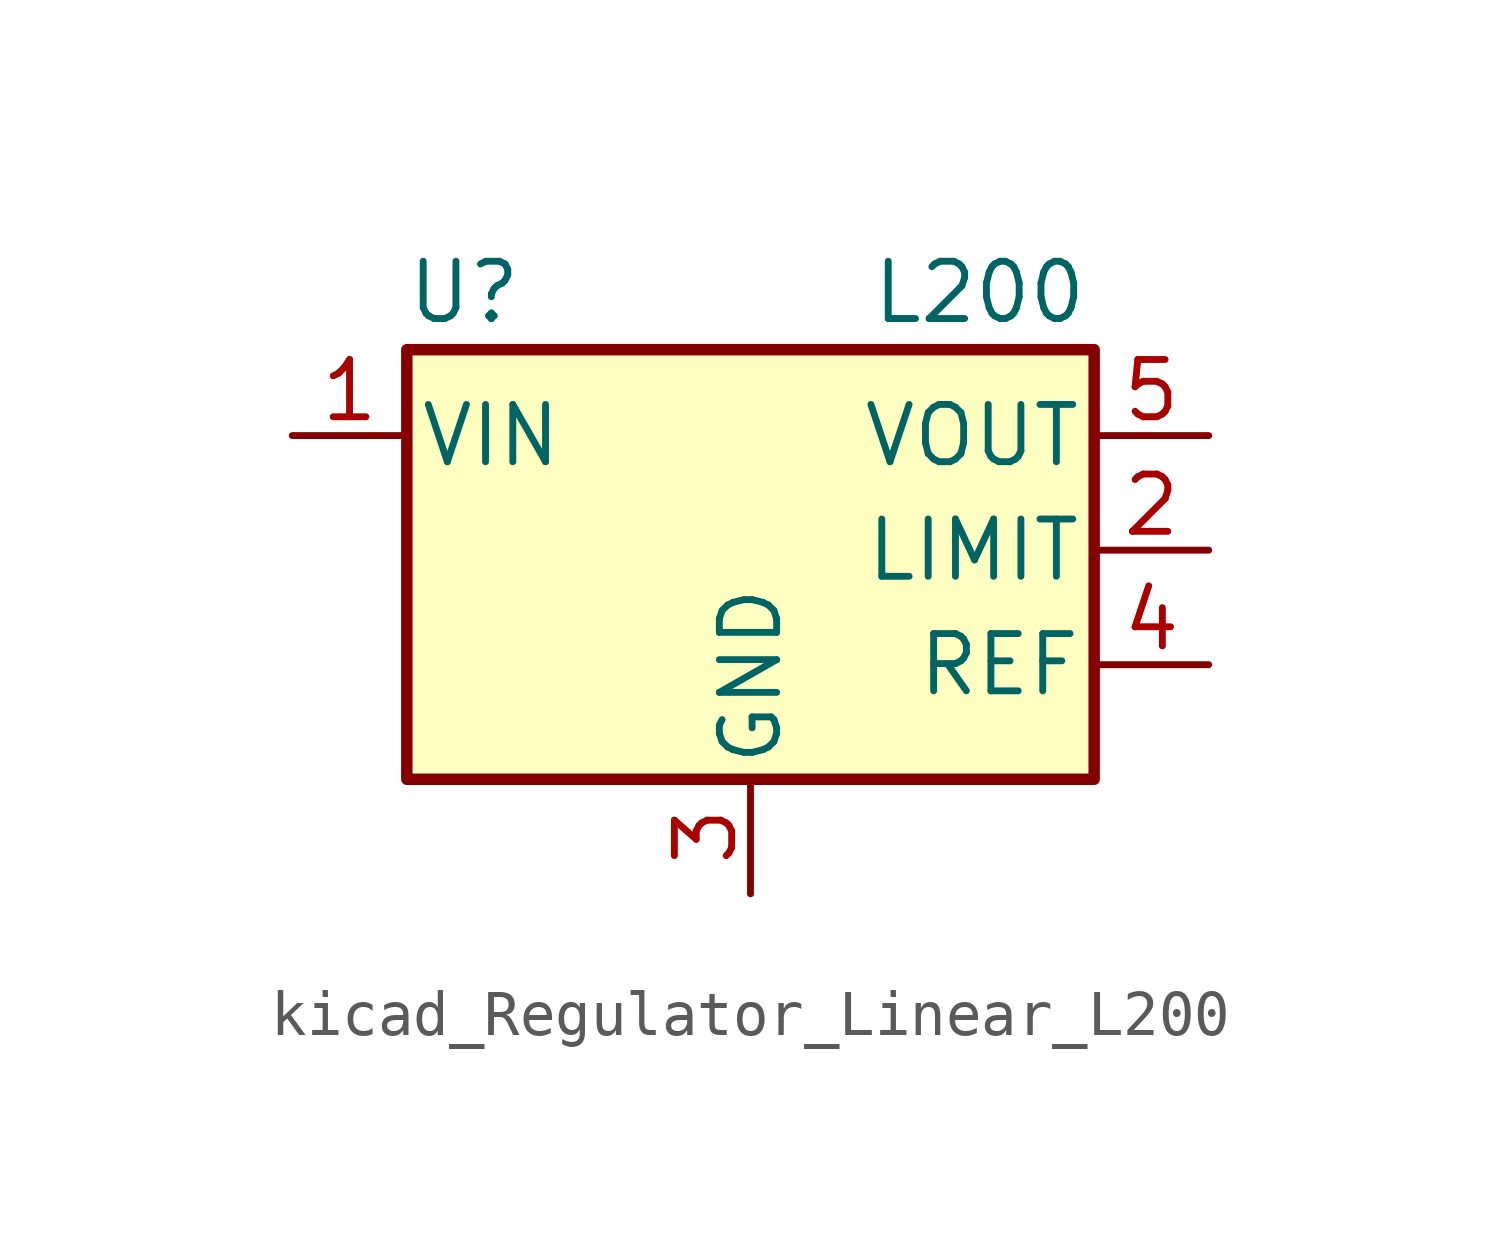
<source format=kicad_sym>
(kicad_symbol_lib
  (version 20220914)
  (generator kicad_symbol_editor)
  (symbol "kicad_Regulator_Linear_L200"
    (pin_names
      (offset 0.254))
    (property "Reference" "U"
      (at -6.35 5.715 0)
      (effects (font (size 1.27 1.27))))
    (property "Value" "L200"
      (at 5.08 5.715 0)
      (effects (font (size 1.27 1.27))))
    (symbol "kicad_Regulator_Linear_L200_0_1"
      (rectangle (start -7.62 4.445) (end 7.62 -5.08) (stroke (width 0.254) (type default)) (fill (type background))))
    (symbol "kicad_Regulator_Linear_L200_1_1"
      (pin power_in line (at -10.16 2.54 0) (length 2.54) (name "VIN" (effects (font (size 1.27 1.27)))) (number "1" (effects (font (size 1.27 1.27)))))
      (pin input line (at 10.16 0 180) (length 2.54) (name "LIMIT" (effects (font (size 1.27 1.27)))) (number "2" (effects (font (size 1.27 1.27)))))
      (pin power_in line (at 0 -7.62 90) (length 2.54) (name "GND" (effects (font (size 1.27 1.27)))) (number "3" (effects (font (size 1.27 1.27)))))
      (pin input line (at 10.16 -2.54 180) (length 2.54) (name "REF" (effects (font (size 1.27 1.27)))) (number "4" (effects (font (size 1.27 1.27)))))
      (pin power_out line (at 10.16 2.54 180) (length 2.54) (name "VOUT" (effects (font (size 1.27 1.27)))) (number "5" (effects (font (size 1.27 1.27))))))))
</source>
